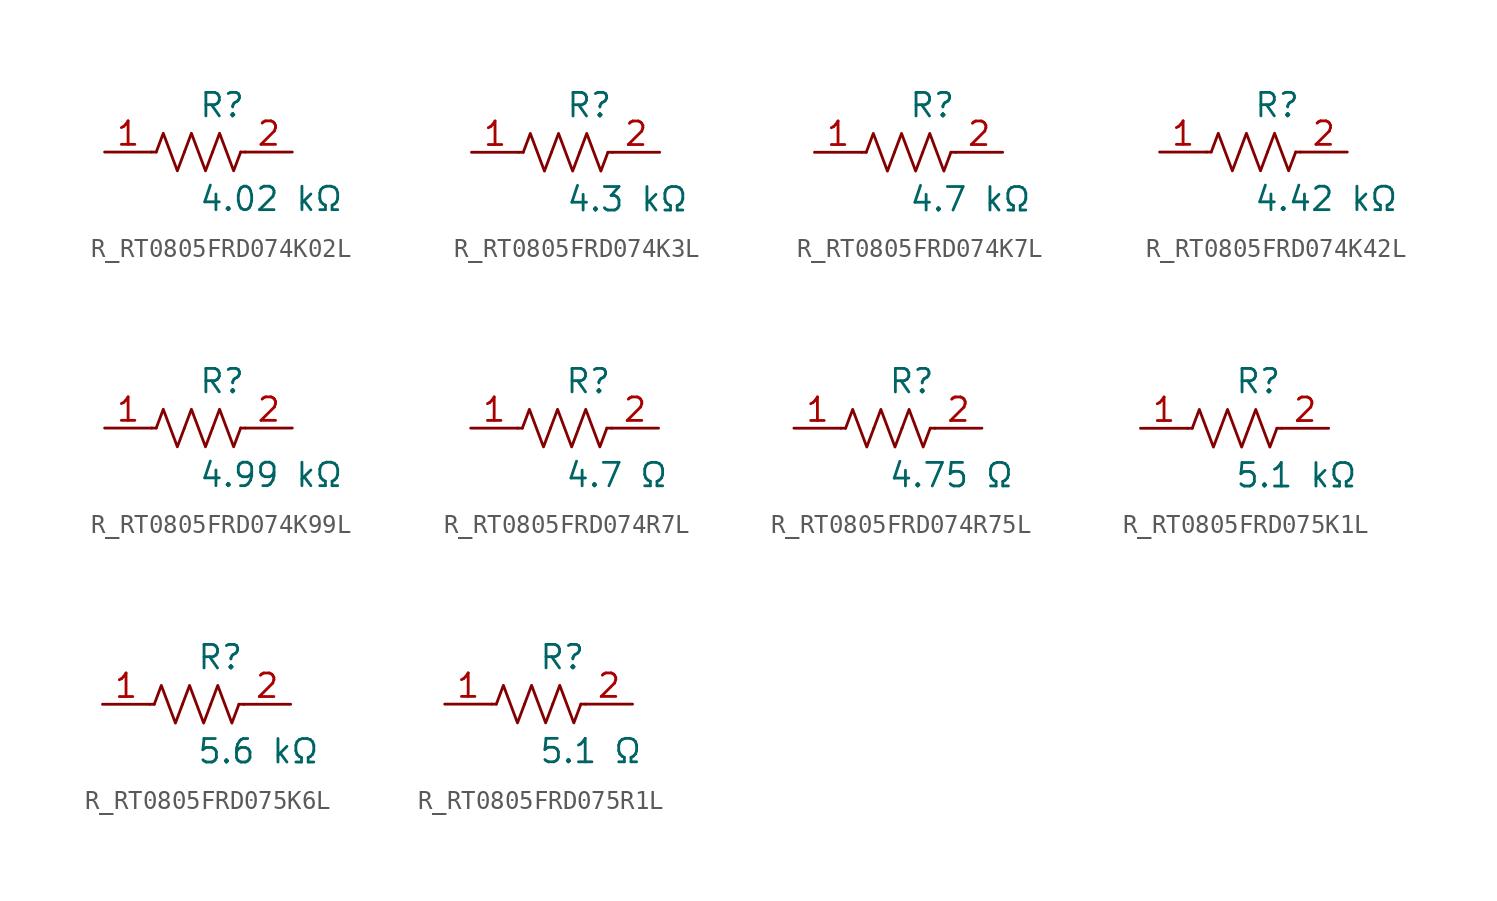
<source format=kicad_sym>
(kicad_symbol_lib
  (version 20231120)
  (generator kicad_symbol_editor)
  (generator_version 8.0)
  (symbol "R_RT0805FRD074K02L"
    (pin_names
      (offset 0.254))
    (property "Reference" "R"
      (at 0 2.54 0)
      (effects (font (size 1.27 1.27)) (justify left)))
    (property "Value" "4.02 kΩ"
      (at 0 -2.54 0)
      (effects (font (size 1.27 1.27)) (justify left)))
    (symbol "R_RT0805FRD074K02L_0_1"
      (polyline (pts (xy 2.286 0) (xy 2.54 0)) (stroke (width 0) (type default)) (fill (type none)))
      (polyline (pts (xy -2.286 0) (xy -2.54 0)) (stroke (width 0) (type default)) (fill (type none)))
      (polyline (pts (xy 0.762 0) (xy 1.143 1.016) (xy 1.524 0) (xy 1.905 -1.016) (xy 2.286 0)) (stroke (width 0) (type default)) (fill (type none)))
      (polyline (pts (xy -0.762 0) (xy -0.381 1.016) (xy 0 0) (xy 0.381 -1.016) (xy 0.762 0)) (stroke (width 0) (type default)) (fill (type none)))
      (polyline (pts (xy -2.286 0) (xy -1.905 1.016) (xy -1.524 0) (xy -1.143 -1.016) (xy -0.762 0)) (stroke (width 0) (type default)) (fill (type none))))
    (pin unspecified line
      (at -5.08 0 0)
      (length 2.54)
      (name "" (effects (font (size 1.27 1.27))))
      (number "1" (effects (font (size 1.27 1.27)))))
    (pin unspecified line
      (at 5.08 0 180)
      (length 2.54)
      (name "" (effects (font (size 1.27 1.27))))
      (number "2" (effects (font (size 1.27 1.27))))))
  (symbol "R_RT0805FRD074K3L"
    (pin_names
      (offset 0.254))
    (property "Reference" "R"
      (at 0 2.54 0)
      (effects (font (size 1.27 1.27)) (justify left)))
    (property "Value" "4.3 kΩ"
      (at 0 -2.54 0)
      (effects (font (size 1.27 1.27)) (justify left)))
    (symbol "R_RT0805FRD074K3L_0_1"
      (polyline (pts (xy 2.286 0) (xy 2.54 0)) (stroke (width 0) (type default)) (fill (type none)))
      (polyline (pts (xy -2.286 0) (xy -2.54 0)) (stroke (width 0) (type default)) (fill (type none)))
      (polyline (pts (xy 0.762 0) (xy 1.143 1.016) (xy 1.524 0) (xy 1.905 -1.016) (xy 2.286 0)) (stroke (width 0) (type default)) (fill (type none)))
      (polyline (pts (xy -0.762 0) (xy -0.381 1.016) (xy 0 0) (xy 0.381 -1.016) (xy 0.762 0)) (stroke (width 0) (type default)) (fill (type none)))
      (polyline (pts (xy -2.286 0) (xy -1.905 1.016) (xy -1.524 0) (xy -1.143 -1.016) (xy -0.762 0)) (stroke (width 0) (type default)) (fill (type none))))
    (pin unspecified line
      (at -5.08 0 0)
      (length 2.54)
      (name "" (effects (font (size 1.27 1.27))))
      (number "1" (effects (font (size 1.27 1.27)))))
    (pin unspecified line
      (at 5.08 0 180)
      (length 2.54)
      (name "" (effects (font (size 1.27 1.27))))
      (number "2" (effects (font (size 1.27 1.27))))))
  (symbol "R_RT0805FRD074K7L"
    (pin_names
      (offset 0.254))
    (property "Reference" "R"
      (at 0 2.54 0)
      (effects (font (size 1.27 1.27)) (justify left)))
    (property "Value" "4.7 kΩ"
      (at 0 -2.54 0)
      (effects (font (size 1.27 1.27)) (justify left)))
    (symbol "R_RT0805FRD074K7L_0_1"
      (polyline (pts (xy 2.286 0) (xy 2.54 0)) (stroke (width 0) (type default)) (fill (type none)))
      (polyline (pts (xy -2.286 0) (xy -2.54 0)) (stroke (width 0) (type default)) (fill (type none)))
      (polyline (pts (xy 0.762 0) (xy 1.143 1.016) (xy 1.524 0) (xy 1.905 -1.016) (xy 2.286 0)) (stroke (width 0) (type default)) (fill (type none)))
      (polyline (pts (xy -0.762 0) (xy -0.381 1.016) (xy 0 0) (xy 0.381 -1.016) (xy 0.762 0)) (stroke (width 0) (type default)) (fill (type none)))
      (polyline (pts (xy -2.286 0) (xy -1.905 1.016) (xy -1.524 0) (xy -1.143 -1.016) (xy -0.762 0)) (stroke (width 0) (type default)) (fill (type none))))
    (pin unspecified line
      (at -5.08 0 0)
      (length 2.54)
      (name "" (effects (font (size 1.27 1.27))))
      (number "1" (effects (font (size 1.27 1.27)))))
    (pin unspecified line
      (at 5.08 0 180)
      (length 2.54)
      (name "" (effects (font (size 1.27 1.27))))
      (number "2" (effects (font (size 1.27 1.27))))))
  (symbol "R_RT0805FRD074K42L"
    (pin_names
      (offset 0.254))
    (property "Reference" "R"
      (at 0 2.54 0)
      (effects (font (size 1.27 1.27)) (justify left)))
    (property "Value" "4.42 kΩ"
      (at 0 -2.54 0)
      (effects (font (size 1.27 1.27)) (justify left)))
    (symbol "R_RT0805FRD074K42L_0_1"
      (polyline (pts (xy 2.286 0) (xy 2.54 0)) (stroke (width 0) (type default)) (fill (type none)))
      (polyline (pts (xy -2.286 0) (xy -2.54 0)) (stroke (width 0) (type default)) (fill (type none)))
      (polyline (pts (xy 0.762 0) (xy 1.143 1.016) (xy 1.524 0) (xy 1.905 -1.016) (xy 2.286 0)) (stroke (width 0) (type default)) (fill (type none)))
      (polyline (pts (xy -0.762 0) (xy -0.381 1.016) (xy 0 0) (xy 0.381 -1.016) (xy 0.762 0)) (stroke (width 0) (type default)) (fill (type none)))
      (polyline (pts (xy -2.286 0) (xy -1.905 1.016) (xy -1.524 0) (xy -1.143 -1.016) (xy -0.762 0)) (stroke (width 0) (type default)) (fill (type none))))
    (pin unspecified line
      (at -5.08 0 0)
      (length 2.54)
      (name "" (effects (font (size 1.27 1.27))))
      (number "1" (effects (font (size 1.27 1.27)))))
    (pin unspecified line
      (at 5.08 0 180)
      (length 2.54)
      (name "" (effects (font (size 1.27 1.27))))
      (number "2" (effects (font (size 1.27 1.27))))))
  (symbol "R_RT0805FRD074K99L"
    (pin_names
      (offset 0.254))
    (property "Reference" "R"
      (at 0 2.54 0)
      (effects (font (size 1.27 1.27)) (justify left)))
    (property "Value" "4.99 kΩ"
      (at 0 -2.54 0)
      (effects (font (size 1.27 1.27)) (justify left)))
    (symbol "R_RT0805FRD074K99L_0_1"
      (polyline (pts (xy 2.286 0) (xy 2.54 0)) (stroke (width 0) (type default)) (fill (type none)))
      (polyline (pts (xy -2.286 0) (xy -2.54 0)) (stroke (width 0) (type default)) (fill (type none)))
      (polyline (pts (xy 0.762 0) (xy 1.143 1.016) (xy 1.524 0) (xy 1.905 -1.016) (xy 2.286 0)) (stroke (width 0) (type default)) (fill (type none)))
      (polyline (pts (xy -0.762 0) (xy -0.381 1.016) (xy 0 0) (xy 0.381 -1.016) (xy 0.762 0)) (stroke (width 0) (type default)) (fill (type none)))
      (polyline (pts (xy -2.286 0) (xy -1.905 1.016) (xy -1.524 0) (xy -1.143 -1.016) (xy -0.762 0)) (stroke (width 0) (type default)) (fill (type none))))
    (pin unspecified line
      (at -5.08 0 0)
      (length 2.54)
      (name "" (effects (font (size 1.27 1.27))))
      (number "1" (effects (font (size 1.27 1.27)))))
    (pin unspecified line
      (at 5.08 0 180)
      (length 2.54)
      (name "" (effects (font (size 1.27 1.27))))
      (number "2" (effects (font (size 1.27 1.27))))))
  (symbol "R_RT0805FRD074R7L"
    (pin_names
      (offset 0.254))
    (property "Reference" "R"
      (at 0 2.54 0)
      (effects (font (size 1.27 1.27)) (justify left)))
    (property "Value" "4.7 Ω"
      (at 0 -2.54 0)
      (effects (font (size 1.27 1.27)) (justify left)))
    (symbol "R_RT0805FRD074R7L_0_1"
      (polyline (pts (xy 2.286 0) (xy 2.54 0)) (stroke (width 0) (type default)) (fill (type none)))
      (polyline (pts (xy -2.286 0) (xy -2.54 0)) (stroke (width 0) (type default)) (fill (type none)))
      (polyline (pts (xy 0.762 0) (xy 1.143 1.016) (xy 1.524 0) (xy 1.905 -1.016) (xy 2.286 0)) (stroke (width 0) (type default)) (fill (type none)))
      (polyline (pts (xy -0.762 0) (xy -0.381 1.016) (xy 0 0) (xy 0.381 -1.016) (xy 0.762 0)) (stroke (width 0) (type default)) (fill (type none)))
      (polyline (pts (xy -2.286 0) (xy -1.905 1.016) (xy -1.524 0) (xy -1.143 -1.016) (xy -0.762 0)) (stroke (width 0) (type default)) (fill (type none))))
    (pin unspecified line
      (at -5.08 0 0)
      (length 2.54)
      (name "" (effects (font (size 1.27 1.27))))
      (number "1" (effects (font (size 1.27 1.27)))))
    (pin unspecified line
      (at 5.08 0 180)
      (length 2.54)
      (name "" (effects (font (size 1.27 1.27))))
      (number "2" (effects (font (size 1.27 1.27))))))
  (symbol "R_RT0805FRD074R75L"
    (pin_names
      (offset 0.254))
    (property "Reference" "R"
      (at 0 2.54 0)
      (effects (font (size 1.27 1.27)) (justify left)))
    (property "Value" "4.75 Ω"
      (at 0 -2.54 0)
      (effects (font (size 1.27 1.27)) (justify left)))
    (symbol "R_RT0805FRD074R75L_0_1"
      (polyline (pts (xy 2.286 0) (xy 2.54 0)) (stroke (width 0) (type default)) (fill (type none)))
      (polyline (pts (xy -2.286 0) (xy -2.54 0)) (stroke (width 0) (type default)) (fill (type none)))
      (polyline (pts (xy 0.762 0) (xy 1.143 1.016) (xy 1.524 0) (xy 1.905 -1.016) (xy 2.286 0)) (stroke (width 0) (type default)) (fill (type none)))
      (polyline (pts (xy -0.762 0) (xy -0.381 1.016) (xy 0 0) (xy 0.381 -1.016) (xy 0.762 0)) (stroke (width 0) (type default)) (fill (type none)))
      (polyline (pts (xy -2.286 0) (xy -1.905 1.016) (xy -1.524 0) (xy -1.143 -1.016) (xy -0.762 0)) (stroke (width 0) (type default)) (fill (type none))))
    (pin unspecified line
      (at -5.08 0 0)
      (length 2.54)
      (name "" (effects (font (size 1.27 1.27))))
      (number "1" (effects (font (size 1.27 1.27)))))
    (pin unspecified line
      (at 5.08 0 180)
      (length 2.54)
      (name "" (effects (font (size 1.27 1.27))))
      (number "2" (effects (font (size 1.27 1.27))))))
  (symbol "R_RT0805FRD075K1L"
    (pin_names
      (offset 0.254))
    (property "Reference" "R"
      (at 0 2.54 0)
      (effects (font (size 1.27 1.27)) (justify left)))
    (property "Value" "5.1 kΩ"
      (at 0 -2.54 0)
      (effects (font (size 1.27 1.27)) (justify left)))
    (symbol "R_RT0805FRD075K1L_0_1"
      (polyline (pts (xy 2.286 0) (xy 2.54 0)) (stroke (width 0) (type default)) (fill (type none)))
      (polyline (pts (xy -2.286 0) (xy -2.54 0)) (stroke (width 0) (type default)) (fill (type none)))
      (polyline (pts (xy 0.762 0) (xy 1.143 1.016) (xy 1.524 0) (xy 1.905 -1.016) (xy 2.286 0)) (stroke (width 0) (type default)) (fill (type none)))
      (polyline (pts (xy -0.762 0) (xy -0.381 1.016) (xy 0 0) (xy 0.381 -1.016) (xy 0.762 0)) (stroke (width 0) (type default)) (fill (type none)))
      (polyline (pts (xy -2.286 0) (xy -1.905 1.016) (xy -1.524 0) (xy -1.143 -1.016) (xy -0.762 0)) (stroke (width 0) (type default)) (fill (type none))))
    (pin unspecified line
      (at -5.08 0 0)
      (length 2.54)
      (name "" (effects (font (size 1.27 1.27))))
      (number "1" (effects (font (size 1.27 1.27)))))
    (pin unspecified line
      (at 5.08 0 180)
      (length 2.54)
      (name "" (effects (font (size 1.27 1.27))))
      (number "2" (effects (font (size 1.27 1.27))))))
  (symbol "R_RT0805FRD075K6L"
    (pin_names
      (offset 0.254))
    (property "Reference" "R"
      (at 0 2.54 0)
      (effects (font (size 1.27 1.27)) (justify left)))
    (property "Value" "5.6 kΩ"
      (at 0 -2.54 0)
      (effects (font (size 1.27 1.27)) (justify left)))
    (symbol "R_RT0805FRD075K6L_0_1"
      (polyline (pts (xy 2.286 0) (xy 2.54 0)) (stroke (width 0) (type default)) (fill (type none)))
      (polyline (pts (xy -2.286 0) (xy -2.54 0)) (stroke (width 0) (type default)) (fill (type none)))
      (polyline (pts (xy 0.762 0) (xy 1.143 1.016) (xy 1.524 0) (xy 1.905 -1.016) (xy 2.286 0)) (stroke (width 0) (type default)) (fill (type none)))
      (polyline (pts (xy -0.762 0) (xy -0.381 1.016) (xy 0 0) (xy 0.381 -1.016) (xy 0.762 0)) (stroke (width 0) (type default)) (fill (type none)))
      (polyline (pts (xy -2.286 0) (xy -1.905 1.016) (xy -1.524 0) (xy -1.143 -1.016) (xy -0.762 0)) (stroke (width 0) (type default)) (fill (type none))))
    (pin unspecified line
      (at -5.08 0 0)
      (length 2.54)
      (name "" (effects (font (size 1.27 1.27))))
      (number "1" (effects (font (size 1.27 1.27)))))
    (pin unspecified line
      (at 5.08 0 180)
      (length 2.54)
      (name "" (effects (font (size 1.27 1.27))))
      (number "2" (effects (font (size 1.27 1.27))))))
  (symbol "R_RT0805FRD075R1L"
    (pin_names
      (offset 0.254))
    (property "Reference" "R"
      (at 0 2.54 0)
      (effects (font (size 1.27 1.27)) (justify left)))
    (property "Value" "5.1 Ω"
      (at 0 -2.54 0)
      (effects (font (size 1.27 1.27)) (justify left)))
    (symbol "R_RT0805FRD075R1L_0_1"
      (polyline (pts (xy 2.286 0) (xy 2.54 0)) (stroke (width 0) (type default)) (fill (type none)))
      (polyline (pts (xy -2.286 0) (xy -2.54 0)) (stroke (width 0) (type default)) (fill (type none)))
      (polyline (pts (xy 0.762 0) (xy 1.143 1.016) (xy 1.524 0) (xy 1.905 -1.016) (xy 2.286 0)) (stroke (width 0) (type default)) (fill (type none)))
      (polyline (pts (xy -0.762 0) (xy -0.381 1.016) (xy 0 0) (xy 0.381 -1.016) (xy 0.762 0)) (stroke (width 0) (type default)) (fill (type none)))
      (polyline (pts (xy -2.286 0) (xy -1.905 1.016) (xy -1.524 0) (xy -1.143 -1.016) (xy -0.762 0)) (stroke (width 0) (type default)) (fill (type none))))
    (pin unspecified line
      (at -5.08 0 0)
      (length 2.54)
      (name "" (effects (font (size 1.27 1.27))))
      (number "1" (effects (font (size 1.27 1.27)))))
    (pin unspecified line
      (at 5.08 0 180)
      (length 2.54)
      (name "" (effects (font (size 1.27 1.27))))
      (number "2" (effects (font (size 1.27 1.27)))))))
</source>
